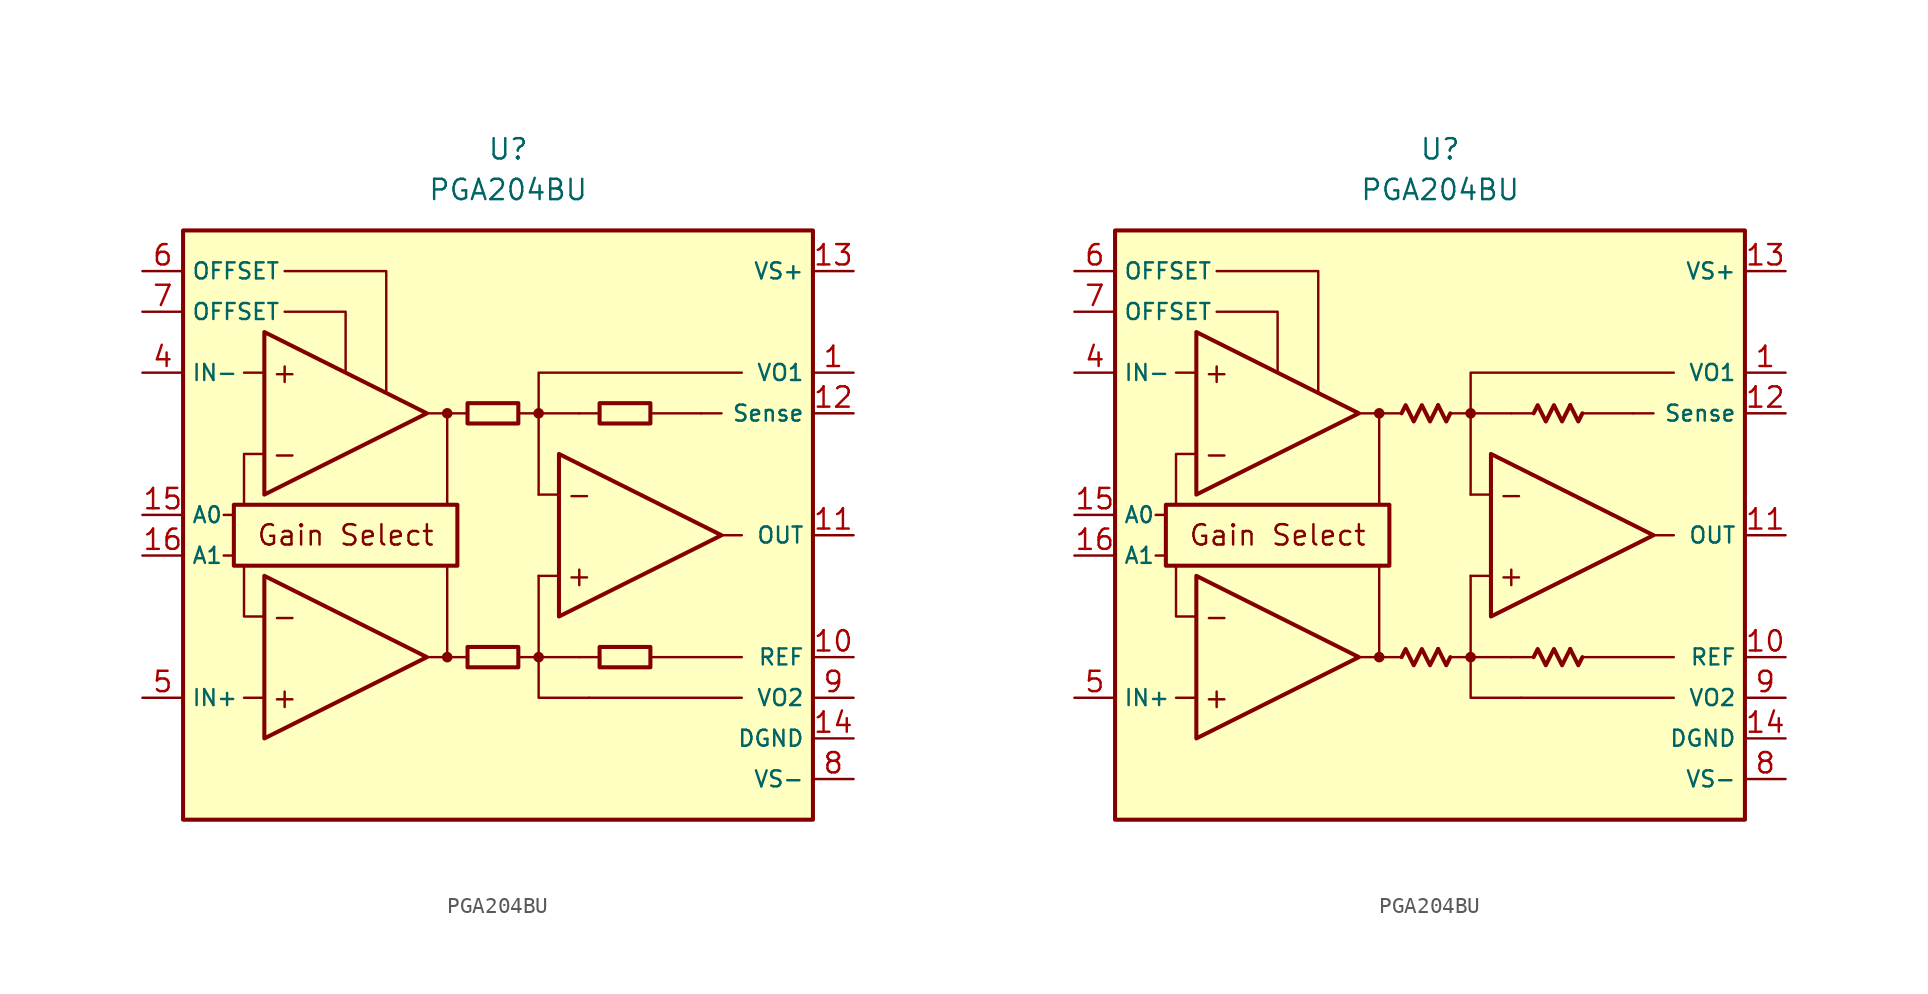
<source format=kicad_sym>
(kicad_symbol_lib
  (version 20231120)
  (generator "kicad_symbol_editor")
  (generator_version "8.0")
  (symbol "PGA204BU"
    (property "Reference" "U"
      (at 0 22.86 0)
      (effects (font (size 1.27 1.27))))
    (property "Value" "PGA204BU"
      (at 0 20.32 0)
      (effects (font (size 1.27 1.27))))
    (symbol "PGA204BU_0_0"
      (rectangle (start -20.32 17.78) (end 19.05 -19.05) (stroke (width 0.254) (type default)) (fill (type background)))
      (rectangle (start -17.145 0.635) (end -3.175 -3.175) (stroke (width 0.254) (type default)) (fill (type none)))
      (circle (center -3.81 -8.89) (radius 0.254) (stroke (width 0.152) (type default)) (fill (type outline)))
      (circle (center -3.81 6.35) (radius 0.254) (stroke (width 0.152) (type default)) (fill (type outline)))
      (polyline (pts (xy -1.27 -8.89)) (stroke (width 0.152) (type default)) (fill (type none)))
      (polyline (pts (xy -1.27 6.35)) (stroke (width 0.152) (type default)) (fill (type none)))
      (polyline (pts (xy 5.715 6.35)) (stroke (width 0.152) (type default)) (fill (type none)))
      (polyline (pts (xy -17.145 -2.54) (xy -17.78 -2.54)) (stroke (width 0.152) (type default)) (fill (type none)))
      (polyline (pts (xy -17.145 0) (xy -17.78 0)) (stroke (width 0.152) (type default)) (fill (type none)))
      (polyline (pts (xy -15.24 -11.43) (xy -16.51 -11.43)) (stroke (width 0.152) (type default)) (fill (type none)))
      (polyline (pts (xy -15.24 8.89) (xy -16.51 8.89)) (stroke (width 0.152) (type default)) (fill (type none)))
      (polyline (pts (xy -5.08 -8.89) (xy -2.54 -8.89)) (stroke (width 0.152) (type default)) (fill (type none)))
      (polyline (pts (xy -5.08 6.35) (xy -2.54 6.35)) (stroke (width 0.152) (type default)) (fill (type none)))
      (polyline (pts (xy -3.81 -8.89) (xy -3.81 -3.175)) (stroke (width 0.152) (type default)) (fill (type none)))
      (polyline (pts (xy -3.81 0.635) (xy -3.81 6.35)) (stroke (width 0.152) (type default)) (fill (type none)))
      (polyline (pts (xy 0.635 -8.89) (xy 1.905 -8.89)) (stroke (width 0.152) (type default)) (fill (type none)))
      (polyline (pts (xy 0.635 6.35) (xy 1.905 6.35)) (stroke (width 0.152) (type default)) (fill (type none)))
      (polyline (pts (xy 3.175 -3.81) (xy 1.905 -3.81)) (stroke (width 0.152) (type default)) (fill (type none)))
      (polyline (pts (xy 3.175 1.27) (xy 1.905 1.27)) (stroke (width 0.152) (type default)) (fill (type none)))
      (polyline (pts (xy 4.445 -8.89) (xy 1.905 -8.89)) (stroke (width 0.152) (type default)) (fill (type none)))
      (polyline (pts (xy 4.445 -8.89) (xy 5.715 -8.89)) (stroke (width 0.152) (type default)) (fill (type none)))
      (polyline (pts (xy 4.445 6.35) (xy 1.905 6.35)) (stroke (width 0.152) (type default)) (fill (type none)))
      (polyline (pts (xy 4.445 6.35) (xy 5.715 6.35)) (stroke (width 0.152) (type default)) (fill (type none)))
      (polyline (pts (xy 8.89 -8.89) (xy 14.605 -8.89)) (stroke (width 0.152) (type default)) (fill (type none)))
      (polyline (pts (xy 8.89 6.35) (xy 12.065 6.35)) (stroke (width 0.152) (type default)) (fill (type none)))
      (polyline (pts (xy 12.065 6.35) (xy 13.335 6.35)) (stroke (width 0.152) (type default)) (fill (type none)))
      (polyline (pts (xy 13.335 -1.27) (xy 14.605 -1.27)) (stroke (width 0.152) (type default)) (fill (type none)))
      (polyline (pts (xy 14.605 -11.43) (xy 5.08 -11.43)) (stroke (width 0.152) (type default)) (fill (type none)))
      (polyline (pts (xy -16.51 -3.175) (xy -16.51 -6.35) (xy -15.24 -6.35)) (stroke (width 0.152) (type default)) (fill (type none)))
      (polyline (pts (xy -15.24 3.81) (xy -16.51 3.81) (xy -16.51 0.635)) (stroke (width 0.152) (type default)) (fill (type none)))
      (polyline (pts (xy -13.97 12.7) (xy -10.16 12.7) (xy -10.16 8.89)) (stroke (width 0.152) (type default)) (fill (type none)))
      (polyline (pts (xy -7.62 7.62) (xy -7.62 15.24) (xy -13.97 15.24)) (stroke (width 0.152) (type default)) (fill (type none)))
      (polyline (pts (xy 1.905 -3.81) (xy 1.905 -11.43) (xy 5.08 -11.43)) (stroke (width 0.152) (type default)) (fill (type none)))
      (polyline (pts (xy 14.605 8.89) (xy 1.905 8.89) (xy 1.905 1.27)) (stroke (width 0.152) (type default)) (fill (type none)))
      (circle (center 1.905 -8.89) (radius 0.254) (stroke (width 0.152) (type default)) (fill (type outline)))
      (circle (center 1.905 6.35) (radius 0.254) (stroke (width 0.152) (type default)) (fill (type outline)))
      (text "+" (at -13.97 -11.43 0) (effects (font (size 1.27 1.27))))
      (text "+" (at -13.97 8.89 0) (effects (font (size 1.27 1.27))))
      (text "+" (at 4.445 -3.81 0) (effects (font (size 1.27 1.27))))
      (text "-" (at -13.97 -6.35 0) (effects (font (size 1.27 1.27))))
      (text "-" (at -13.97 3.81 0) (effects (font (size 1.27 1.27))))
      (text "-" (at 4.445 1.27 0) (effects (font (size 1.27 1.27))))
      (text "Gain Select" (at -10.16 -1.27 0) (effects (font (size 1.27 1.27)))))
    (symbol "PGA204BU_0_1"
      (rectangle (start -2.54 -8.255) (end 0.635 -9.525) (stroke (width 0.254) (type default)) (fill (type none)))
      (rectangle (start -2.54 6.985) (end 0.635 5.715) (stroke (width 0.254) (type default)) (fill (type none)))
      (rectangle (start 5.715 -8.255) (end 8.89 -9.525) (stroke (width 0.254) (type default)) (fill (type none)))
      (rectangle (start 5.715 6.985) (end 8.89 5.715) (stroke (width 0.254) (type default)) (fill (type none))))
    (symbol "PGA204BU_0_2"
      (polyline (pts (xy -0.127 -8.382) (xy 0.381 -9.398) (xy 0.635 -8.89)) (stroke (width 0.254) (type default)) (fill (type none)))
      (polyline (pts (xy -0.127 6.858) (xy 0.381 5.842) (xy 0.635 6.35)) (stroke (width 0.254) (type default)) (fill (type none)))
      (polyline (pts (xy 8.128 -8.382) (xy 8.636 -9.398) (xy 8.89 -8.89)) (stroke (width 0.254) (type default)) (fill (type none)))
      (polyline (pts (xy 8.128 6.858) (xy 8.636 5.842) (xy 8.89 6.35)) (stroke (width 0.254) (type default)) (fill (type none)))
      (polyline (pts (xy -2.413 -8.89) (xy -2.159 -8.382) (xy -1.651 -9.398) (xy -1.143 -8.382) (xy -0.635 -9.398) (xy -0.127 -8.382)) (stroke (width 0.254) (type default)) (fill (type none)))
      (polyline (pts (xy -2.413 6.35) (xy -2.159 6.858) (xy -1.651 5.842) (xy -1.143 6.858) (xy -0.635 5.842) (xy -0.127 6.858)) (stroke (width 0.254) (type default)) (fill (type none)))
      (polyline (pts (xy 5.842 -8.89) (xy 6.096 -8.382) (xy 6.604 -9.398) (xy 7.112 -8.382) (xy 7.62 -9.398) (xy 8.128 -8.382)) (stroke (width 0.254) (type default)) (fill (type none)))
      (polyline (pts (xy 5.842 6.35) (xy 6.096 6.858) (xy 6.604 5.842) (xy 7.112 6.858) (xy 7.62 5.842) (xy 8.128 6.858)) (stroke (width 0.254) (type default)) (fill (type none))))
    (symbol "PGA204BU_1_0"
      (polyline (pts (xy -15.24 -3.81) (xy -15.24 -13.97) (xy -5.08 -8.89) (xy -15.24 -3.81)) (stroke (width 0.254) (type default)) (fill (type background)))
      (polyline (pts (xy -15.24 11.43) (xy -15.24 1.27) (xy -5.08 6.35) (xy -15.24 11.43)) (stroke (width 0.254) (type default)) (fill (type background)))
      (polyline (pts (xy 3.175 3.81) (xy 3.175 -6.35) (xy 13.335 -1.27) (xy 3.175 3.81)) (stroke (width 0.254) (type default)) (fill (type background))))
    (symbol "PGA204BU_1_1"
      (pin passive line (at 21.59 8.89 180) (length 2.54) (name "VO1" (effects (font (size 1 1)))) (number "1" (effects (font (size 1.27 1.27)))))
      (pin passive line (at 21.59 -8.89 180) (length 2.54) (name "REF" (effects (font (size 1 1)))) (number "10" (effects (font (size 1.27 1.27)))))
      (pin output line (at 21.59 -1.27 180) (length 2.54) (name "OUT" (effects (font (size 1 1)))) (number "11" (effects (font (size 1.27 1.27)))))
      (pin passive line (at 21.59 6.35 180) (length 2.54) (name "Sense" (effects (font (size 1 1)))) (number "12" (effects (font (size 1.27 1.27)))))
      (pin power_in line (at 21.59 15.24 180) (length 2.54) (name "VS+" (effects (font (size 1 1)))) (number "13" (effects (font (size 1.27 1.27)))))
      (pin power_in line (at 21.59 -13.97 180) (length 2.54) (name "DGND" (effects (font (size 1 1)))) (number "14" (effects (font (size 1.27 1.27)))))
      (pin input line (at -22.86 0 0) (length 2.54) (name "A0" (effects (font (size 1 1)))) (number "15" (effects (font (size 1.27 1.27)))))
      (pin input line (at -22.86 -2.54 0) (length 2.54) (name "A1" (effects (font (size 1 1)))) (number "16" (effects (font (size 1.27 1.27)))))
      (pin free line (at -1.27 -12.7 0) (length 2.54) hide (name "NC" (effects (font (size 1.27 1.27)))) (number "2" (effects (font (size 1.27 1.27)))))
      (pin free line (at -1.27 -15.24 0) (length 2.54) hide (name "NC" (effects (font (size 1.27 1.27)))) (number "3" (effects (font (size 1.27 1.27)))))
      (pin input line (at -22.86 8.89 0) (length 2.54) (name "IN-" (effects (font (size 1 1)))) (number "4" (effects (font (size 1.27 1.27)))))
      (pin input line (at -22.86 -11.43 0) (length 2.54) (name "IN+" (effects (font (size 1 1)))) (number "5" (effects (font (size 1.27 1.27)))))
      (pin passive line (at -22.86 15.24 0) (length 2.54) (name "OFFSET" (effects (font (size 1 1)))) (number "6" (effects (font (size 1.27 1.27)))))
      (pin passive line (at -22.86 12.7 0) (length 2.54) (name "OFFSET" (effects (font (size 1 1)))) (number "7" (effects (font (size 1.27 1.27)))))
      (pin power_in line (at 21.59 -16.51 180) (length 2.54) (name "VS-" (effects (font (size 1 1)))) (number "8" (effects (font (size 1.27 1.27)))))
      (pin passive line (at 21.59 -11.43 180) (length 2.54) (name "VO2" (effects (font (size 1 1)))) (number "9" (effects (font (size 1.27 1.27))))))
    (symbol "PGA204BU_1_2"
      (pin passive line (at 21.59 8.89 180) (length 2.54) (name "VO1" (effects (font (size 1 1)))) (number "1" (effects (font (size 1.27 1.27)))))
      (pin passive line (at 21.59 -8.89 180) (length 2.54) (name "REF" (effects (font (size 1 1)))) (number "10" (effects (font (size 1.27 1.27)))))
      (pin output line (at 21.59 -1.27 180) (length 2.54) (name "OUT" (effects (font (size 1 1)))) (number "11" (effects (font (size 1.27 1.27)))))
      (pin passive line (at 21.59 6.35 180) (length 2.54) (name "Sense" (effects (font (size 1 1)))) (number "12" (effects (font (size 1.27 1.27)))))
      (pin power_in line (at 21.59 15.24 180) (length 2.54) (name "VS+" (effects (font (size 1 1)))) (number "13" (effects (font (size 1.27 1.27)))))
      (pin power_in line (at 21.59 -13.97 180) (length 2.54) (name "DGND" (effects (font (size 1 1)))) (number "14" (effects (font (size 1.27 1.27)))))
      (pin input line (at -22.86 0 0) (length 2.54) (name "A0" (effects (font (size 1 1)))) (number "15" (effects (font (size 1.27 1.27)))))
      (pin input line (at -22.86 -2.54 0) (length 2.54) (name "A1" (effects (font (size 1 1)))) (number "16" (effects (font (size 1.27 1.27)))))
      (pin free line (at -1.27 -12.7 0) (length 2.54) hide (name "NC" (effects (font (size 1.27 1.27)))) (number "2" (effects (font (size 1.27 1.27)))))
      (pin free line (at -1.27 -15.24 0) (length 2.54) hide (name "NC" (effects (font (size 1.27 1.27)))) (number "3" (effects (font (size 1.27 1.27)))))
      (pin input line (at -22.86 8.89 0) (length 2.54) (name "IN-" (effects (font (size 1 1)))) (number "4" (effects (font (size 1.27 1.27)))))
      (pin input line (at -22.86 -11.43 0) (length 2.54) (name "IN+" (effects (font (size 1 1)))) (number "5" (effects (font (size 1.27 1.27)))))
      (pin passive line (at -22.86 15.24 0) (length 2.54) (name "OFFSET" (effects (font (size 1 1)))) (number "6" (effects (font (size 1.27 1.27)))))
      (pin passive line (at -22.86 12.7 0) (length 2.54) (name "OFFSET" (effects (font (size 1 1)))) (number "7" (effects (font (size 1.27 1.27)))))
      (pin power_in line (at 21.59 -16.51 180) (length 2.54) (name "VS-" (effects (font (size 1 1)))) (number "8" (effects (font (size 1.27 1.27)))))
      (pin passive line (at 21.59 -11.43 180) (length 2.54) (name "VO2" (effects (font (size 1 1)))) (number "9" (effects (font (size 1.27 1.27))))))))
</source>
